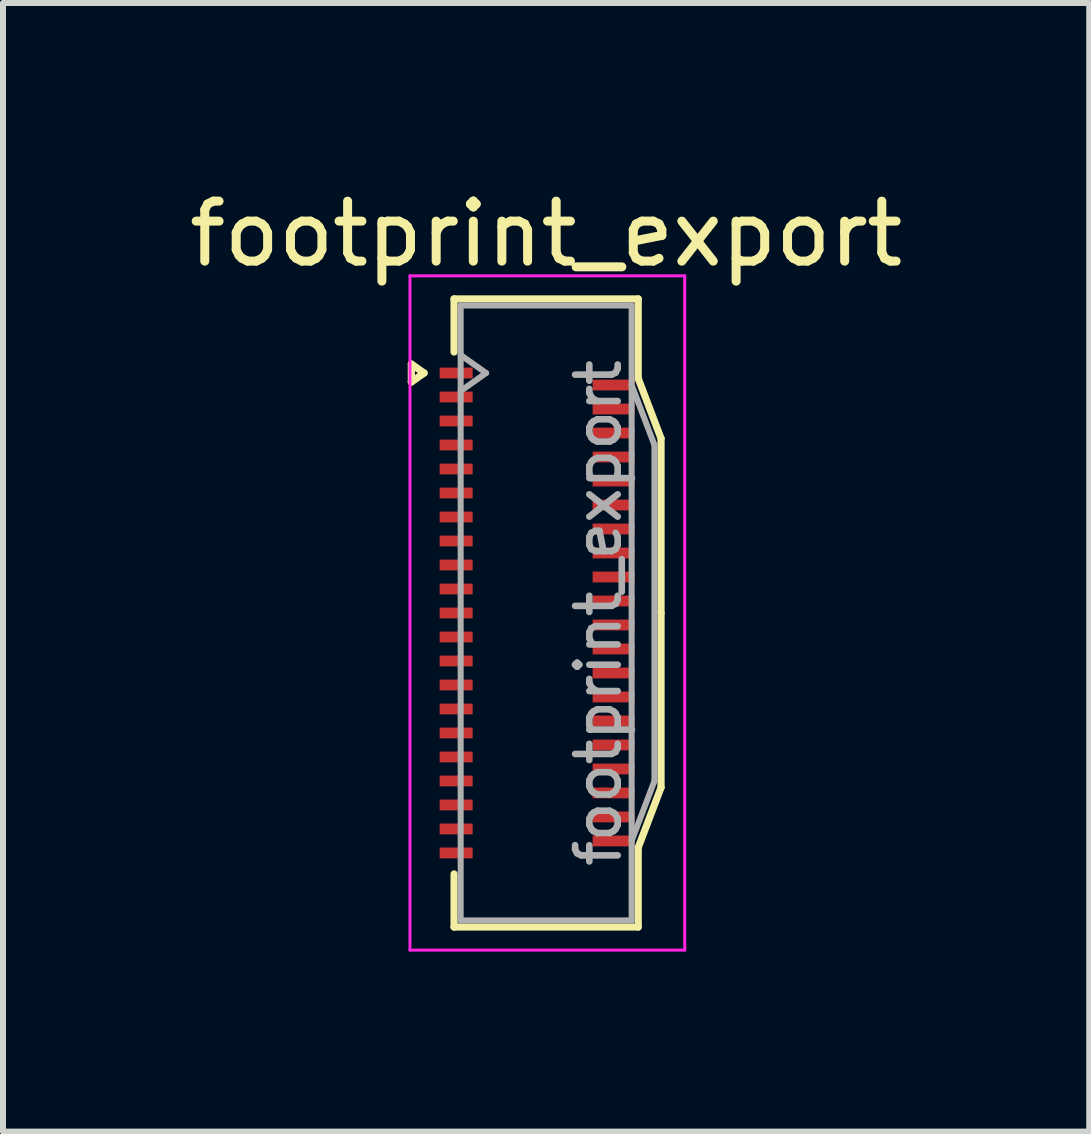
<source format=kicad_pcb>
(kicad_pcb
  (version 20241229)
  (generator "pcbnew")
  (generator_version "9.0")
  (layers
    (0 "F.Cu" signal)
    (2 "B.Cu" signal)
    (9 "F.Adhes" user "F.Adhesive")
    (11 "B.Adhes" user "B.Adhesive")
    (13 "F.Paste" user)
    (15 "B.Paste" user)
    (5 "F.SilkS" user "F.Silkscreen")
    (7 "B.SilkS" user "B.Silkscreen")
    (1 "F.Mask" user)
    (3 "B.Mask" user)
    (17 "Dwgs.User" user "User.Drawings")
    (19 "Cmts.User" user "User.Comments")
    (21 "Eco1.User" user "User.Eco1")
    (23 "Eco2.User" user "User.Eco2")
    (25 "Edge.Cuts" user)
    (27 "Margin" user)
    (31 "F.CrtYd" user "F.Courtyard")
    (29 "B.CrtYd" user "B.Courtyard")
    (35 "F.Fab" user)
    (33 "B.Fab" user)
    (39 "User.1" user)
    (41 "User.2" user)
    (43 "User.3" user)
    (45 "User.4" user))
  (footprint "footprint_export"
    (layer "F.Cu")
    (at 5.904 7.168)
    (property "Reference" "footprint_export" (at 0.15 -6.32 0) (layer "F.SilkS") (effects (font (size 1 1) (thickness 0.15))))
    (attr smd)
    (fp_line (start -2.097 -4.15) (end -1.885 -4) (stroke (width 0.12) (type solid)) (layer "F.SilkS"))
    (fp_line (start -2.097 -3.85) (end -2.097 -4.15) (stroke (width 0.12) (type solid)) (layer "F.SilkS"))
    (fp_line (start -1.885 -4) (end -2.097 -3.85) (stroke (width 0.12) (type solid)) (layer "F.SilkS"))
    (fp_line (start -1.385 -5.235) (end 1.685 -5.235) (stroke (width 0.12) (type solid)) (layer "F.SilkS"))
    (fp_line (start -1.385 -4.35) (end -1.385 -5.235) (stroke (width 0.12) (type solid)) (layer "F.SilkS"))
    (fp_line (start -1.385 4.35) (end -1.385 5.235) (stroke (width 0.12) (type solid)) (layer "F.SilkS"))
    (fp_line (start -1.385 5.235) (end 1.685 5.235) (stroke (width 0.12) (type solid)) (layer "F.SilkS"))
    (fp_line (start 1.685 -5.235) (end 1.685 -3.91) (stroke (width 0.12) (type solid)) (layer "F.SilkS"))
    (fp_line (start 1.685 -3.91) (end 2.065 -2.91) (stroke (width 0.12) (type solid)) (layer "F.SilkS"))
    (fp_line (start 1.685 3.91) (end 2.065 2.91) (stroke (width 0.12) (type solid)) (layer "F.SilkS"))
    (fp_line (start 1.685 5.235) (end 1.685 3.91) (stroke (width 0.12) (type solid)) (layer "F.SilkS"))
    (fp_line (start 2.065 -2.91) (end 2.065 0) (stroke (width 0.12) (type solid)) (layer "F.SilkS"))
    (fp_line (start 2.065 2.91) (end 2.065 0) (stroke (width 0.12) (type solid)) (layer "F.SilkS"))
    (fp_line (start -2.12 -5.62) (end -2.12 5.62) (stroke (width 0.05) (type solid)) (layer "F.CrtYd"))
    (fp_line (start -2.12 5.62) (end 2.46 5.62) (stroke (width 0.05) (type solid)) (layer "F.CrtYd"))
    (fp_line (start 2.46 -5.62) (end -2.12 -5.62) (stroke (width 0.05) (type solid)) (layer "F.CrtYd"))
    (fp_line (start 2.46 5.62) (end 2.46 -5.62) (stroke (width 0.05) (type solid)) (layer "F.CrtYd"))
    (fp_line (start -1.275 -5.125) (end -1.275 5.125) (stroke (width 0.1) (type solid)) (layer "F.Fab"))
    (fp_line (start -1.275 -4.3) (end -0.851 -4) (stroke (width 0.1) (type solid)) (layer "F.Fab"))
    (fp_line (start -1.275 5.125) (end 1.575 5.125) (stroke (width 0.1) (type solid)) (layer "F.Fab"))
    (fp_line (start -0.851 -4) (end -1.275 -3.7) (stroke (width 0.1) (type solid)) (layer "F.Fab"))
    (fp_line (start 1.575 -5.125) (end -1.275 -5.125) (stroke (width 0.1) (type solid)) (layer "F.Fab"))
    (fp_line (start 1.575 -3.8) (end 1.955 -2.8) (stroke (width 0.1) (type solid)) (layer "F.Fab"))
    (fp_line (start 1.575 5.125) (end 1.575 -5.125) (stroke (width 0.1) (type solid)) (layer "F.Fab"))
    (fp_line (start 1.955 -2.8) (end 1.955 2.8) (stroke (width 0.1) (type solid)) (layer "F.Fab"))
    (fp_line (start 1.955 2.8) (end 1.575 3.8) (stroke (width 0.1) (type solid)) (layer "F.Fab"))
    (fp_text user "${REFERENCE}" (at 1.02 0 90) (layer "F.Fab") (effects (font (size 0.71 0.71) (thickness 0.11))))
    (pad "1" smd rect (at -1.35 -4) (size 0.55 0.18) (layers "F.Cu" "F.Mask" "F.Paste"))
    (pad "2" smd rect (at 1.275 -3.8) (size 0.7 0.18) (layers "F.Cu" "F.Mask" "F.Paste"))
    (pad "3" smd rect (at -1.35 -3.6) (size 0.55 0.18) (layers "F.Cu" "F.Mask" "F.Paste"))
    (pad "4" smd rect (at 1.275 -3.4) (size 0.7 0.18) (layers "F.Cu" "F.Mask" "F.Paste"))
    (pad "5" smd rect (at -1.35 -3.2) (size 0.55 0.18) (layers "F.Cu" "F.Mask" "F.Paste"))
    (pad "6" smd rect (at 1.275 -3) (size 0.7 0.18) (layers "F.Cu" "F.Mask" "F.Paste"))
    (pad "7" smd rect (at -1.35 -2.8) (size 0.55 0.18) (layers "F.Cu" "F.Mask" "F.Paste"))
    (pad "8" smd rect (at 1.275 -2.6) (size 0.7 0.18) (layers "F.Cu" "F.Mask" "F.Paste"))
    (pad "9" smd rect (at -1.35 -2.4) (size 0.55 0.18) (layers "F.Cu" "F.Mask" "F.Paste"))
    (pad "10" smd rect (at 1.275 -2.2) (size 0.7 0.18) (layers "F.Cu" "F.Mask" "F.Paste"))
    (pad "11" smd rect (at -1.35 -2) (size 0.55 0.18) (layers "F.Cu" "F.Mask" "F.Paste"))
    (pad "12" smd rect (at 1.275 -1.8) (size 0.7 0.18) (layers "F.Cu" "F.Mask" "F.Paste"))
    (pad "13" smd rect (at -1.35 -1.6) (size 0.55 0.18) (layers "F.Cu" "F.Mask" "F.Paste"))
    (pad "14" smd rect (at 1.275 -1.4) (size 0.7 0.18) (layers "F.Cu" "F.Mask" "F.Paste"))
    (pad "15" smd rect (at -1.35 -1.2) (size 0.55 0.18) (layers "F.Cu" "F.Mask" "F.Paste"))
    (pad "16" smd rect (at 1.275 -1) (size 0.7 0.18) (layers "F.Cu" "F.Mask" "F.Paste"))
    (pad "17" smd rect (at -1.35 -0.8) (size 0.55 0.18) (layers "F.Cu" "F.Mask" "F.Paste"))
    (pad "18" smd rect (at 1.275 -0.6) (size 0.7 0.18) (layers "F.Cu" "F.Mask" "F.Paste"))
    (pad "19" smd rect (at -1.35 -0.4) (size 0.55 0.18) (layers "F.Cu" "F.Mask" "F.Paste"))
    (pad "20" smd rect (at 1.275 -0.2) (size 0.7 0.18) (layers "F.Cu" "F.Mask" "F.Paste"))
    (pad "21" smd rect (at -1.35 0) (size 0.55 0.18) (layers "F.Cu" "F.Mask" "F.Paste"))
    (pad "22" smd rect (at 1.275 0.2) (size 0.7 0.18) (layers "F.Cu" "F.Mask" "F.Paste"))
    (pad "23" smd rect (at -1.35 0.4) (size 0.55 0.18) (layers "F.Cu" "F.Mask" "F.Paste"))
    (pad "24" smd rect (at 1.275 0.6) (size 0.7 0.18) (layers "F.Cu" "F.Mask" "F.Paste"))
    (pad "25" smd rect (at -1.35 0.8) (size 0.55 0.18) (layers "F.Cu" "F.Mask" "F.Paste"))
    (pad "26" smd rect (at 1.275 1) (size 0.7 0.18) (layers "F.Cu" "F.Mask" "F.Paste"))
    (pad "27" smd rect (at -1.35 1.2) (size 0.55 0.18) (layers "F.Cu" "F.Mask" "F.Paste"))
    (pad "28" smd rect (at 1.275 1.4) (size 0.7 0.18) (layers "F.Cu" "F.Mask" "F.Paste"))
    (pad "29" smd rect (at -1.35 1.6) (size 0.55 0.18) (layers "F.Cu" "F.Mask" "F.Paste"))
    (pad "30" smd rect (at 1.275 1.8) (size 0.7 0.18) (layers "F.Cu" "F.Mask" "F.Paste"))
    (pad "31" smd rect (at -1.35 2) (size 0.55 0.18) (layers "F.Cu" "F.Mask" "F.Paste"))
    (pad "32" smd rect (at 1.275 2.2) (size 0.7 0.18) (layers "F.Cu" "F.Mask" "F.Paste"))
    (pad "33" smd rect (at -1.35 2.4) (size 0.55 0.18) (layers "F.Cu" "F.Mask" "F.Paste"))
    (pad "34" smd rect (at 1.275 2.6) (size 0.7 0.18) (layers "F.Cu" "F.Mask" "F.Paste"))
    (pad "35" smd rect (at -1.35 2.8) (size 0.55 0.18) (layers "F.Cu" "F.Mask" "F.Paste"))
    (pad "36" smd rect (at 1.275 3) (size 0.7 0.18) (layers "F.Cu" "F.Mask" "F.Paste"))
    (pad "37" smd rect (at -1.35 3.2) (size 0.55 0.18) (layers "F.Cu" "F.Mask" "F.Paste"))
    (pad "38" smd rect (at 1.275 3.4) (size 0.7 0.18) (layers "F.Cu" "F.Mask" "F.Paste"))
    (pad "39" smd rect (at -1.35 3.6) (size 0.55 0.18) (layers "F.Cu" "F.Mask" "F.Paste"))
    (pad "40" smd rect (at 1.275 3.8) (size 0.7 0.18) (layers "F.Cu" "F.Mask" "F.Paste"))
    (pad "41" smd rect (at -1.35 4) (size 0.55 0.18) (layers "F.Cu" "F.Mask" "F.Paste")))
  (gr_rect
    (start -3 -3)
    (end 15.107 15.813)
    (stroke (width 0.1) (type default))
    (fill no)
    (layer "Edge.Cuts")))
</source>
